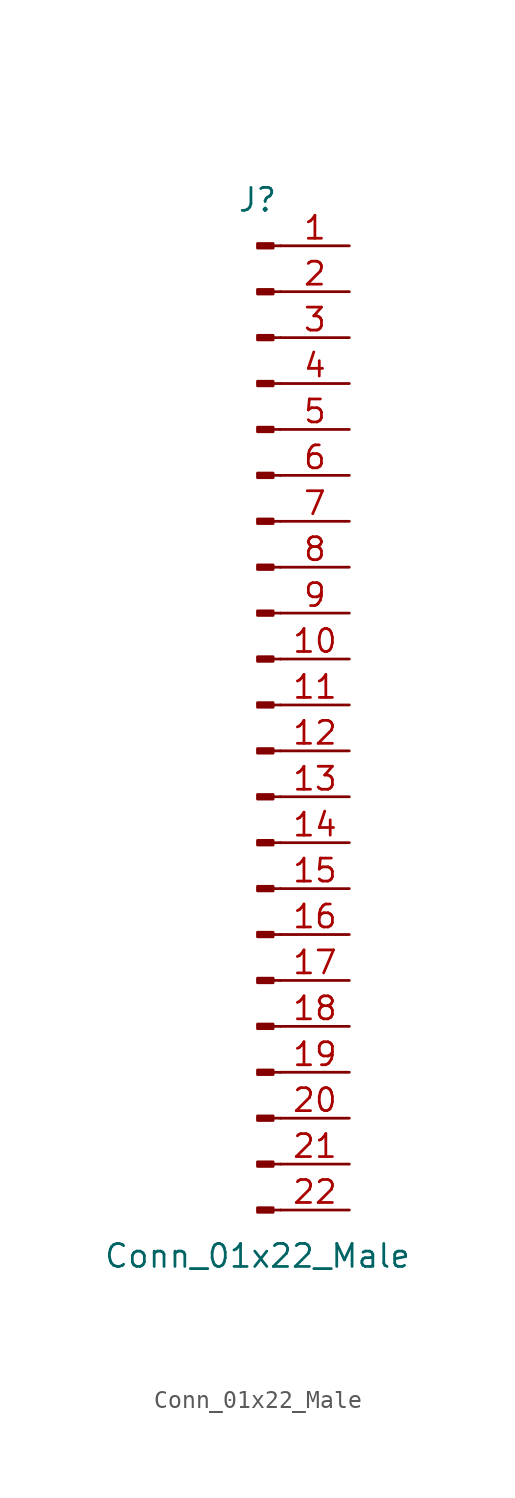
<source format=kicad_sym>
(kicad_symbol_lib
  (version 20211014)
  (generator kicad_symbol_editor)
  (symbol "Conn_01x22_Male"
    (pin_names
      (offset 1.016) hide)
    (property "Reference" "J"
      (at 0 27.94 0)
      (effects (font (size 1.27 1.27))))
    (property "Value" "Conn_01x22_Male"
      (at 0 -30.48 0)
      (effects (font (size 1.27 1.27))))
    (symbol "Conn_01x22_Male_1_1"
      (polyline (pts (xy 1.27 -27.94) (xy 0.864 -27.94)) (stroke (width 0.152) (type default) (color 0 0 0 0)) (fill (type none)))
      (polyline (pts (xy 1.27 -25.4) (xy 0.864 -25.4)) (stroke (width 0.152) (type default) (color 0 0 0 0)) (fill (type none)))
      (polyline (pts (xy 1.27 -22.86) (xy 0.864 -22.86)) (stroke (width 0.152) (type default) (color 0 0 0 0)) (fill (type none)))
      (polyline (pts (xy 1.27 -20.32) (xy 0.864 -20.32)) (stroke (width 0.152) (type default) (color 0 0 0 0)) (fill (type none)))
      (polyline (pts (xy 1.27 -17.78) (xy 0.864 -17.78)) (stroke (width 0.152) (type default) (color 0 0 0 0)) (fill (type none)))
      (polyline (pts (xy 1.27 -15.24) (xy 0.864 -15.24)) (stroke (width 0.152) (type default) (color 0 0 0 0)) (fill (type none)))
      (polyline (pts (xy 1.27 -12.7) (xy 0.864 -12.7)) (stroke (width 0.152) (type default) (color 0 0 0 0)) (fill (type none)))
      (polyline (pts (xy 1.27 -10.16) (xy 0.864 -10.16)) (stroke (width 0.152) (type default) (color 0 0 0 0)) (fill (type none)))
      (polyline (pts (xy 1.27 -7.62) (xy 0.864 -7.62)) (stroke (width 0.152) (type default) (color 0 0 0 0)) (fill (type none)))
      (polyline (pts (xy 1.27 -5.08) (xy 0.864 -5.08)) (stroke (width 0.152) (type default) (color 0 0 0 0)) (fill (type none)))
      (polyline (pts (xy 1.27 -2.54) (xy 0.864 -2.54)) (stroke (width 0.152) (type default) (color 0 0 0 0)) (fill (type none)))
      (polyline (pts (xy 1.27 0) (xy 0.864 0)) (stroke (width 0.152) (type default) (color 0 0 0 0)) (fill (type none)))
      (polyline (pts (xy 1.27 2.54) (xy 0.864 2.54)) (stroke (width 0.152) (type default) (color 0 0 0 0)) (fill (type none)))
      (polyline (pts (xy 1.27 5.08) (xy 0.864 5.08)) (stroke (width 0.152) (type default) (color 0 0 0 0)) (fill (type none)))
      (polyline (pts (xy 1.27 7.62) (xy 0.864 7.62)) (stroke (width 0.152) (type default) (color 0 0 0 0)) (fill (type none)))
      (polyline (pts (xy 1.27 10.16) (xy 0.864 10.16)) (stroke (width 0.152) (type default) (color 0 0 0 0)) (fill (type none)))
      (polyline (pts (xy 1.27 12.7) (xy 0.864 12.7)) (stroke (width 0.152) (type default) (color 0 0 0 0)) (fill (type none)))
      (polyline (pts (xy 1.27 15.24) (xy 0.864 15.24)) (stroke (width 0.152) (type default) (color 0 0 0 0)) (fill (type none)))
      (polyline (pts (xy 1.27 17.78) (xy 0.864 17.78)) (stroke (width 0.152) (type default) (color 0 0 0 0)) (fill (type none)))
      (polyline (pts (xy 1.27 20.32) (xy 0.864 20.32)) (stroke (width 0.152) (type default) (color 0 0 0 0)) (fill (type none)))
      (polyline (pts (xy 1.27 22.86) (xy 0.864 22.86)) (stroke (width 0.152) (type default) (color 0 0 0 0)) (fill (type none)))
      (polyline (pts (xy 1.27 25.4) (xy 0.864 25.4)) (stroke (width 0.152) (type default) (color 0 0 0 0)) (fill (type none)))
      (rectangle (start 0.864 -27.813) (end 0 -28.067) (stroke (width 0.152) (type default) (color 0 0 0 0)) (fill (type outline)))
      (rectangle (start 0.864 -25.273) (end 0 -25.527) (stroke (width 0.152) (type default) (color 0 0 0 0)) (fill (type outline)))
      (rectangle (start 0.864 -22.733) (end 0 -22.987) (stroke (width 0.152) (type default) (color 0 0 0 0)) (fill (type outline)))
      (rectangle (start 0.864 -20.193) (end 0 -20.447) (stroke (width 0.152) (type default) (color 0 0 0 0)) (fill (type outline)))
      (rectangle (start 0.864 -17.653) (end 0 -17.907) (stroke (width 0.152) (type default) (color 0 0 0 0)) (fill (type outline)))
      (rectangle (start 0.864 -15.113) (end 0 -15.367) (stroke (width 0.152) (type default) (color 0 0 0 0)) (fill (type outline)))
      (rectangle (start 0.864 -12.573) (end 0 -12.827) (stroke (width 0.152) (type default) (color 0 0 0 0)) (fill (type outline)))
      (rectangle (start 0.864 -10.033) (end 0 -10.287) (stroke (width 0.152) (type default) (color 0 0 0 0)) (fill (type outline)))
      (rectangle (start 0.864 -7.493) (end 0 -7.747) (stroke (width 0.152) (type default) (color 0 0 0 0)) (fill (type outline)))
      (rectangle (start 0.864 -4.953) (end 0 -5.207) (stroke (width 0.152) (type default) (color 0 0 0 0)) (fill (type outline)))
      (rectangle (start 0.864 -2.413) (end 0 -2.667) (stroke (width 0.152) (type default) (color 0 0 0 0)) (fill (type outline)))
      (rectangle (start 0.864 0.127) (end 0 -0.127) (stroke (width 0.152) (type default) (color 0 0 0 0)) (fill (type outline)))
      (rectangle (start 0.864 2.667) (end 0 2.413) (stroke (width 0.152) (type default) (color 0 0 0 0)) (fill (type outline)))
      (rectangle (start 0.864 5.207) (end 0 4.953) (stroke (width 0.152) (type default) (color 0 0 0 0)) (fill (type outline)))
      (rectangle (start 0.864 7.747) (end 0 7.493) (stroke (width 0.152) (type default) (color 0 0 0 0)) (fill (type outline)))
      (rectangle (start 0.864 10.287) (end 0 10.033) (stroke (width 0.152) (type default) (color 0 0 0 0)) (fill (type outline)))
      (rectangle (start 0.864 12.827) (end 0 12.573) (stroke (width 0.152) (type default) (color 0 0 0 0)) (fill (type outline)))
      (rectangle (start 0.864 15.367) (end 0 15.113) (stroke (width 0.152) (type default) (color 0 0 0 0)) (fill (type outline)))
      (rectangle (start 0.864 17.907) (end 0 17.653) (stroke (width 0.152) (type default) (color 0 0 0 0)) (fill (type outline)))
      (rectangle (start 0.864 20.447) (end 0 20.193) (stroke (width 0.152) (type default) (color 0 0 0 0)) (fill (type outline)))
      (rectangle (start 0.864 22.987) (end 0 22.733) (stroke (width 0.152) (type default) (color 0 0 0 0)) (fill (type outline)))
      (rectangle (start 0.864 25.527) (end 0 25.273) (stroke (width 0.152) (type default) (color 0 0 0 0)) (fill (type outline)))
      (pin passive line (at 5.08 25.4 180) (length 3.81) (name "Pin_1" (effects (font (size 1.27 1.27)))) (number "1" (effects (font (size 1.27 1.27)))))
      (pin passive line (at 5.08 2.54 180) (length 3.81) (name "Pin_10" (effects (font (size 1.27 1.27)))) (number "10" (effects (font (size 1.27 1.27)))))
      (pin passive line (at 5.08 0 180) (length 3.81) (name "Pin_11" (effects (font (size 1.27 1.27)))) (number "11" (effects (font (size 1.27 1.27)))))
      (pin passive line (at 5.08 -2.54 180) (length 3.81) (name "Pin_12" (effects (font (size 1.27 1.27)))) (number "12" (effects (font (size 1.27 1.27)))))
      (pin passive line (at 5.08 -5.08 180) (length 3.81) (name "Pin_13" (effects (font (size 1.27 1.27)))) (number "13" (effects (font (size 1.27 1.27)))))
      (pin passive line (at 5.08 -7.62 180) (length 3.81) (name "Pin_14" (effects (font (size 1.27 1.27)))) (number "14" (effects (font (size 1.27 1.27)))))
      (pin passive line (at 5.08 -10.16 180) (length 3.81) (name "Pin_15" (effects (font (size 1.27 1.27)))) (number "15" (effects (font (size 1.27 1.27)))))
      (pin passive line (at 5.08 -12.7 180) (length 3.81) (name "Pin_16" (effects (font (size 1.27 1.27)))) (number "16" (effects (font (size 1.27 1.27)))))
      (pin passive line (at 5.08 -15.24 180) (length 3.81) (name "Pin_17" (effects (font (size 1.27 1.27)))) (number "17" (effects (font (size 1.27 1.27)))))
      (pin passive line (at 5.08 -17.78 180) (length 3.81) (name "Pin_18" (effects (font (size 1.27 1.27)))) (number "18" (effects (font (size 1.27 1.27)))))
      (pin passive line (at 5.08 -20.32 180) (length 3.81) (name "Pin_19" (effects (font (size 1.27 1.27)))) (number "19" (effects (font (size 1.27 1.27)))))
      (pin passive line (at 5.08 22.86 180) (length 3.81) (name "Pin_2" (effects (font (size 1.27 1.27)))) (number "2" (effects (font (size 1.27 1.27)))))
      (pin passive line (at 5.08 -22.86 180) (length 3.81) (name "Pin_20" (effects (font (size 1.27 1.27)))) (number "20" (effects (font (size 1.27 1.27)))))
      (pin passive line (at 5.08 -25.4 180) (length 3.81) (name "Pin_21" (effects (font (size 1.27 1.27)))) (number "21" (effects (font (size 1.27 1.27)))))
      (pin passive line (at 5.08 -27.94 180) (length 3.81) (name "Pin_22" (effects (font (size 1.27 1.27)))) (number "22" (effects (font (size 1.27 1.27)))))
      (pin passive line (at 5.08 20.32 180) (length 3.81) (name "Pin_3" (effects (font (size 1.27 1.27)))) (number "3" (effects (font (size 1.27 1.27)))))
      (pin passive line (at 5.08 17.78 180) (length 3.81) (name "Pin_4" (effects (font (size 1.27 1.27)))) (number "4" (effects (font (size 1.27 1.27)))))
      (pin passive line (at 5.08 15.24 180) (length 3.81) (name "Pin_5" (effects (font (size 1.27 1.27)))) (number "5" (effects (font (size 1.27 1.27)))))
      (pin passive line (at 5.08 12.7 180) (length 3.81) (name "Pin_6" (effects (font (size 1.27 1.27)))) (number "6" (effects (font (size 1.27 1.27)))))
      (pin passive line (at 5.08 10.16 180) (length 3.81) (name "Pin_7" (effects (font (size 1.27 1.27)))) (number "7" (effects (font (size 1.27 1.27)))))
      (pin passive line (at 5.08 7.62 180) (length 3.81) (name "Pin_8" (effects (font (size 1.27 1.27)))) (number "8" (effects (font (size 1.27 1.27)))))
      (pin passive line (at 5.08 5.08 180) (length 3.81) (name "Pin_9" (effects (font (size 1.27 1.27)))) (number "9" (effects (font (size 1.27 1.27))))))))
</source>
